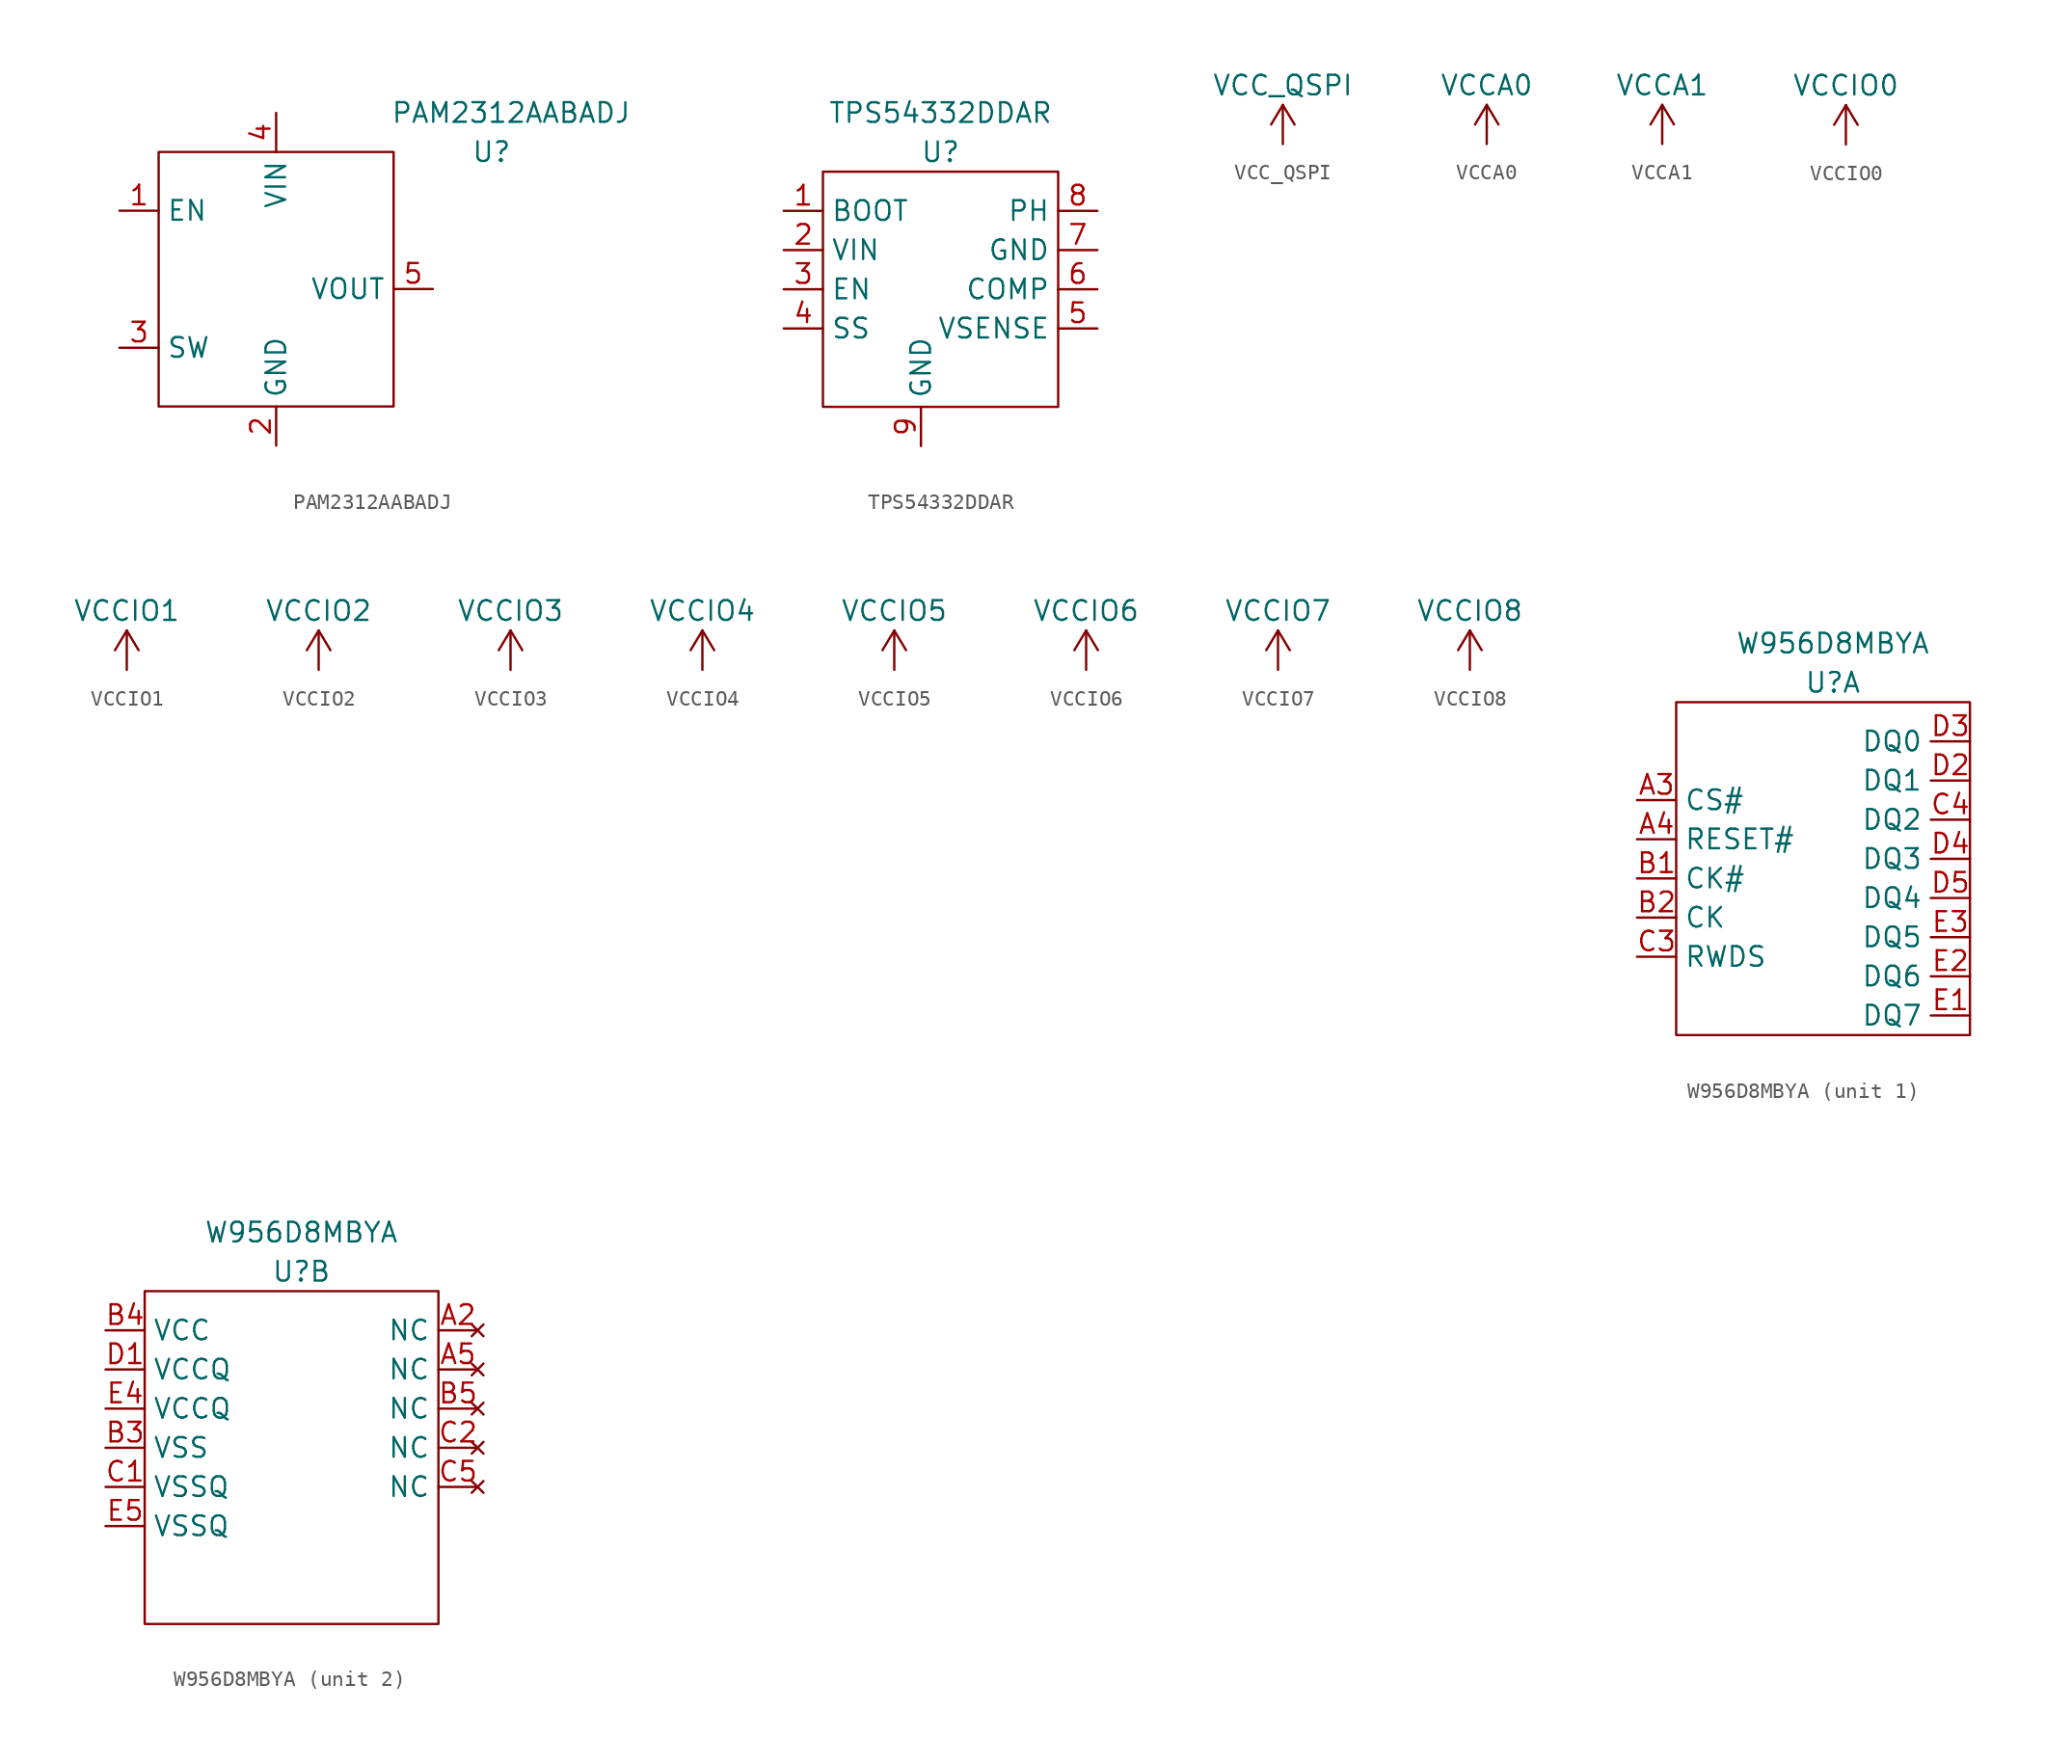
<source format=kicad_sym>
(kicad_symbol_lib
  (version 20220914)
  (generator kicad_symbol_editor)
  (symbol "PAM2312AABADJ"
    (property "Reference" "U"
      (at 13.97 -1.27 0)
      (effects (font (size 1.27 1.27))))
    (property "Value" "PAM2312AABADJ"
      (at 15.24 1.27 0)
      (effects (font (size 1.27 1.27))))
    (symbol "PAM2312AABADJ_0_1"
      (rectangle (start -7.62 -1.27) (end 7.62 -17.78) (stroke (width 0) (type default)) (fill (type none))))
    (symbol "PAM2312AABADJ_1_1"
      (pin input line (at -10.16 -5.08 0) (length 2.54) (name "EN" (effects (font (size 1.27 1.27)))) (number "1" (effects (font (size 1.27 1.27)))))
      (pin power_in line (at 0 -20.32 90) (length 2.54) (name "GND" (effects (font (size 1.27 1.27)))) (number "2" (effects (font (size 1.27 1.27)))))
      (pin input line (at -10.16 -13.97 0) (length 2.54) (name "SW" (effects (font (size 1.27 1.27)))) (number "3" (effects (font (size 1.27 1.27)))))
      (pin power_in line (at 0 1.27 270) (length 2.54) (name "VIN" (effects (font (size 1.27 1.27)))) (number "4" (effects (font (size 1.27 1.27)))))
      (pin power_out line (at 10.16 -10.16 180) (length 2.54) (name "VOUT" (effects (font (size 1.27 1.27)))) (number "5" (effects (font (size 1.27 1.27)))))))
  (symbol "TPS54332DDAR"
    (property "Reference" "U"
      (at 0 0 0)
      (effects (font (size 1.27 1.27))))
    (property "Value" "TPS54332DDAR"
      (at 0 2.54 0)
      (effects (font (size 1.27 1.27))))
    (symbol "TPS54332DDAR_0_1"
      (rectangle (start -7.62 -1.27) (end 7.62 -16.51) (stroke (width 0) (type default)) (fill (type none))))
    (symbol "TPS54332DDAR_1_1"
      (pin output line (at -10.16 -3.81 0) (length 2.54) (name "BOOT" (effects (font (size 1.27 1.27)))) (number "1" (effects (font (size 1.27 1.27)))))
      (pin power_in line (at -10.16 -6.35 0) (length 2.54) (name "VIN" (effects (font (size 1.27 1.27)))) (number "2" (effects (font (size 1.27 1.27)))))
      (pin input line (at -10.16 -8.89 0) (length 2.54) (name "EN" (effects (font (size 1.27 1.27)))) (number "3" (effects (font (size 1.27 1.27)))))
      (pin input line (at -10.16 -11.43 0) (length 2.54) (name "SS" (effects (font (size 1.27 1.27)))) (number "4" (effects (font (size 1.27 1.27)))))
      (pin input line (at 10.16 -11.43 180) (length 2.54) (name "VSENSE" (effects (font (size 1.27 1.27)))) (number "5" (effects (font (size 1.27 1.27)))))
      (pin output line (at 10.16 -8.89 180) (length 2.54) (name "COMP" (effects (font (size 1.27 1.27)))) (number "6" (effects (font (size 1.27 1.27)))))
      (pin power_in line (at 10.16 -6.35 180) (length 2.54) (name "GND" (effects (font (size 1.27 1.27)))) (number "7" (effects (font (size 1.27 1.27)))))
      (pin power_out line (at 10.16 -3.81 180) (length 2.54) (name "PH" (effects (font (size 1.27 1.27)))) (number "8" (effects (font (size 1.27 1.27)))))
      (pin power_in line (at -1.27 -19.05 90) (length 2.54) (name "GND" (effects (font (size 1.27 1.27)))) (number "9" (effects (font (size 1.27 1.27)))))))
  (symbol "VCC_QSPI"
    (power)
    (pin_names
      (offset 0))
    (property "Reference" "#PWR"
      (at 0 -3.81 0)
      (effects (font (size 1.27 1.27)) hide))
    (property "Value" "VCC_QSPI"
      (at 0 3.81 0)
      (effects (font (size 1.27 1.27))))
    (symbol "VCC_QSPI_0_1"
      (polyline (pts (xy -0.762 1.27) (xy 0 2.54)) (stroke (width 0) (type default)) (fill (type none)))
      (polyline (pts (xy 0 0) (xy 0 2.54)) (stroke (width 0) (type default)) (fill (type none)))
      (polyline (pts (xy 0 2.54) (xy 0.762 1.27)) (stroke (width 0) (type default)) (fill (type none))))
    (symbol "VCC_QSPI_1_1"
      (pin power_in line (at 0 0 90) (length 0) hide (name "VCC" (effects (font (size 1.27 1.27)))) (number "1" (effects (font (size 1.27 1.27)))))))
  (symbol "VCCA0"
    (power)
    (pin_names
      (offset 0))
    (property "Reference" "#PWR"
      (at 0 -3.81 0)
      (effects (font (size 1.27 1.27)) hide))
    (property "Value" "VCCA0"
      (at 0 3.81 0)
      (effects (font (size 1.27 1.27))))
    (symbol "VCCA0_0_1"
      (polyline (pts (xy -0.762 1.27) (xy 0 2.54)) (stroke (width 0) (type default)) (fill (type none)))
      (polyline (pts (xy 0 0) (xy 0 2.54)) (stroke (width 0) (type default)) (fill (type none)))
      (polyline (pts (xy 0 2.54) (xy 0.762 1.27)) (stroke (width 0) (type default)) (fill (type none))))
    (symbol "VCCA0_1_1"
      (pin power_in line (at 0 0 90) (length 0) hide (name "VCC" (effects (font (size 1.27 1.27)))) (number "1" (effects (font (size 1.27 1.27)))))))
  (symbol "VCCA1"
    (power)
    (pin_names
      (offset 0))
    (property "Reference" "#PWR"
      (at 0 -3.81 0)
      (effects (font (size 1.27 1.27)) hide))
    (property "Value" "VCCA1"
      (at 0 3.81 0)
      (effects (font (size 1.27 1.27))))
    (symbol "VCCA1_0_1"
      (polyline (pts (xy -0.762 1.27) (xy 0 2.54)) (stroke (width 0) (type default)) (fill (type none)))
      (polyline (pts (xy 0 0) (xy 0 2.54)) (stroke (width 0) (type default)) (fill (type none)))
      (polyline (pts (xy 0 2.54) (xy 0.762 1.27)) (stroke (width 0) (type default)) (fill (type none))))
    (symbol "VCCA1_1_1"
      (pin power_in line (at 0 0 90) (length 0) hide (name "VCC" (effects (font (size 1.27 1.27)))) (number "1" (effects (font (size 1.27 1.27)))))))
  (symbol "VCCIO0"
    (power)
    (pin_names
      (offset 0))
    (property "Reference" "#PWR"
      (at 0 -3.81 0)
      (effects (font (size 1.27 1.27)) hide))
    (property "Value" "VCCIO0"
      (at 0 3.81 0)
      (effects (font (size 1.27 1.27))))
    (symbol "VCCIO0_0_1"
      (polyline (pts (xy -0.762 1.27) (xy 0 2.54)) (stroke (width 0) (type default)) (fill (type none)))
      (polyline (pts (xy 0 0) (xy 0 2.54)) (stroke (width 0) (type default)) (fill (type none)))
      (polyline (pts (xy 0 2.54) (xy 0.762 1.27)) (stroke (width 0) (type default)) (fill (type none))))
    (symbol "VCCIO0_1_1"
      (pin power_in line (at 0 0 90) (length 0) hide (name "VCC" (effects (font (size 1.27 1.27)))) (number "1" (effects (font (size 1.27 1.27)))))))
  (symbol "VCCIO1"
    (power)
    (pin_names
      (offset 0))
    (property "Reference" "#PWR"
      (at 0 -3.81 0)
      (effects (font (size 1.27 1.27)) hide))
    (property "Value" "VCCIO1"
      (at 0 3.81 0)
      (effects (font (size 1.27 1.27))))
    (symbol "VCCIO1_0_1"
      (polyline (pts (xy -0.762 1.27) (xy 0 2.54)) (stroke (width 0) (type default)) (fill (type none)))
      (polyline (pts (xy 0 0) (xy 0 2.54)) (stroke (width 0) (type default)) (fill (type none)))
      (polyline (pts (xy 0 2.54) (xy 0.762 1.27)) (stroke (width 0) (type default)) (fill (type none))))
    (symbol "VCCIO1_1_1"
      (pin power_in line (at 0 0 90) (length 0) hide (name "VCC" (effects (font (size 1.27 1.27)))) (number "1" (effects (font (size 1.27 1.27)))))))
  (symbol "VCCIO2"
    (power)
    (pin_names
      (offset 0))
    (property "Reference" "#PWR"
      (at 0 -3.81 0)
      (effects (font (size 1.27 1.27)) hide))
    (property "Value" "VCCIO2"
      (at 0 3.81 0)
      (effects (font (size 1.27 1.27))))
    (symbol "VCCIO2_0_1"
      (polyline (pts (xy -0.762 1.27) (xy 0 2.54)) (stroke (width 0) (type default)) (fill (type none)))
      (polyline (pts (xy 0 0) (xy 0 2.54)) (stroke (width 0) (type default)) (fill (type none)))
      (polyline (pts (xy 0 2.54) (xy 0.762 1.27)) (stroke (width 0) (type default)) (fill (type none))))
    (symbol "VCCIO2_1_1"
      (pin power_in line (at 0 0 90) (length 0) hide (name "VCC" (effects (font (size 1.27 1.27)))) (number "1" (effects (font (size 1.27 1.27)))))))
  (symbol "VCCIO3"
    (power)
    (pin_names
      (offset 0))
    (property "Reference" "#PWR"
      (at 0 -3.81 0)
      (effects (font (size 1.27 1.27)) hide))
    (property "Value" "VCCIO3"
      (at 0 3.81 0)
      (effects (font (size 1.27 1.27))))
    (symbol "VCCIO3_0_1"
      (polyline (pts (xy -0.762 1.27) (xy 0 2.54)) (stroke (width 0) (type default)) (fill (type none)))
      (polyline (pts (xy 0 0) (xy 0 2.54)) (stroke (width 0) (type default)) (fill (type none)))
      (polyline (pts (xy 0 2.54) (xy 0.762 1.27)) (stroke (width 0) (type default)) (fill (type none))))
    (symbol "VCCIO3_1_1"
      (pin power_in line (at 0 0 90) (length 0) hide (name "VCC" (effects (font (size 1.27 1.27)))) (number "1" (effects (font (size 1.27 1.27)))))))
  (symbol "VCCIO4"
    (power)
    (pin_names
      (offset 0))
    (property "Reference" "#PWR"
      (at 0 -3.81 0)
      (effects (font (size 1.27 1.27)) hide))
    (property "Value" "VCCIO4"
      (at 0 3.81 0)
      (effects (font (size 1.27 1.27))))
    (symbol "VCCIO4_0_1"
      (polyline (pts (xy -0.762 1.27) (xy 0 2.54)) (stroke (width 0) (type default)) (fill (type none)))
      (polyline (pts (xy 0 0) (xy 0 2.54)) (stroke (width 0) (type default)) (fill (type none)))
      (polyline (pts (xy 0 2.54) (xy 0.762 1.27)) (stroke (width 0) (type default)) (fill (type none))))
    (symbol "VCCIO4_1_1"
      (pin power_in line (at 0 0 90) (length 0) hide (name "VCC" (effects (font (size 1.27 1.27)))) (number "1" (effects (font (size 1.27 1.27)))))))
  (symbol "VCCIO5"
    (power)
    (pin_names
      (offset 0))
    (property "Reference" "#PWR"
      (at 0 -3.81 0)
      (effects (font (size 1.27 1.27)) hide))
    (property "Value" "VCCIO5"
      (at 0 3.81 0)
      (effects (font (size 1.27 1.27))))
    (symbol "VCCIO5_0_1"
      (polyline (pts (xy -0.762 1.27) (xy 0 2.54)) (stroke (width 0) (type default)) (fill (type none)))
      (polyline (pts (xy 0 0) (xy 0 2.54)) (stroke (width 0) (type default)) (fill (type none)))
      (polyline (pts (xy 0 2.54) (xy 0.762 1.27)) (stroke (width 0) (type default)) (fill (type none))))
    (symbol "VCCIO5_1_1"
      (pin power_in line (at 0 0 90) (length 0) hide (name "VCC" (effects (font (size 1.27 1.27)))) (number "1" (effects (font (size 1.27 1.27)))))))
  (symbol "VCCIO6"
    (power)
    (pin_names
      (offset 0))
    (property "Reference" "#PWR"
      (at 0 -3.81 0)
      (effects (font (size 1.27 1.27)) hide))
    (property "Value" "VCCIO6"
      (at 0 3.81 0)
      (effects (font (size 1.27 1.27))))
    (symbol "VCCIO6_0_1"
      (polyline (pts (xy -0.762 1.27) (xy 0 2.54)) (stroke (width 0) (type default)) (fill (type none)))
      (polyline (pts (xy 0 0) (xy 0 2.54)) (stroke (width 0) (type default)) (fill (type none)))
      (polyline (pts (xy 0 2.54) (xy 0.762 1.27)) (stroke (width 0) (type default)) (fill (type none))))
    (symbol "VCCIO6_1_1"
      (pin power_in line (at 0 0 90) (length 0) hide (name "VCC" (effects (font (size 1.27 1.27)))) (number "1" (effects (font (size 1.27 1.27)))))))
  (symbol "VCCIO7"
    (power)
    (pin_names
      (offset 0))
    (property "Reference" "#PWR"
      (at 0 -3.81 0)
      (effects (font (size 1.27 1.27)) hide))
    (property "Value" "VCCIO7"
      (at 0 3.81 0)
      (effects (font (size 1.27 1.27))))
    (symbol "VCCIO7_0_1"
      (polyline (pts (xy -0.762 1.27) (xy 0 2.54)) (stroke (width 0) (type default)) (fill (type none)))
      (polyline (pts (xy 0 0) (xy 0 2.54)) (stroke (width 0) (type default)) (fill (type none)))
      (polyline (pts (xy 0 2.54) (xy 0.762 1.27)) (stroke (width 0) (type default)) (fill (type none))))
    (symbol "VCCIO7_1_1"
      (pin power_in line (at 0 0 90) (length 0) hide (name "VCC" (effects (font (size 1.27 1.27)))) (number "1" (effects (font (size 1.27 1.27)))))))
  (symbol "VCCIO8"
    (power)
    (pin_names
      (offset 0))
    (property "Reference" "#PWR"
      (at 0 -3.81 0)
      (effects (font (size 1.27 1.27)) hide))
    (property "Value" "VCCIO8"
      (at 0 3.81 0)
      (effects (font (size 1.27 1.27))))
    (symbol "VCCIO8_0_1"
      (polyline (pts (xy -0.762 1.27) (xy 0 2.54)) (stroke (width 0) (type default)) (fill (type none)))
      (polyline (pts (xy 0 0) (xy 0 2.54)) (stroke (width 0) (type default)) (fill (type none)))
      (polyline (pts (xy 0 2.54) (xy 0.762 1.27)) (stroke (width 0) (type default)) (fill (type none))))
    (symbol "VCCIO8_1_1"
      (pin power_in line (at 0 0 90) (length 0) hide (name "VCC" (effects (font (size 1.27 1.27)))) (number "1" (effects (font (size 1.27 1.27)))))))
  (symbol "W956D8MBYA"
    (property "Reference" "U"
      (at 0 1.27 0)
      (effects (font (size 1.27 1.27))))
    (property "Value" "W956D8MBYA"
      (at 0 3.81 0)
      (effects (font (size 1.27 1.27))))
    (symbol "W956D8MBYA_0_1"
      (rectangle (start -10.16 0) (end 8.89 -21.59) (stroke (width 0) (type default)) (fill (type none))))
    (symbol "W956D8MBYA_1_1"
      (pin input line (at -12.7 -6.35 0) (length 2.54) (name "CS#" (effects (font (size 1.27 1.27)))) (number "A3" (effects (font (size 1.27 1.27)))))
      (pin input line (at -12.7 -8.89 0) (length 2.54) (name "RESET#" (effects (font (size 1.27 1.27)))) (number "A4" (effects (font (size 1.27 1.27)))))
      (pin input line (at -12.7 -11.43 0) (length 2.54) (name "CK#" (effects (font (size 1.27 1.27)))) (number "B1" (effects (font (size 1.27 1.27)))))
      (pin input line (at -12.7 -13.97 0) (length 2.54) (name "CK" (effects (font (size 1.27 1.27)))) (number "B2" (effects (font (size 1.27 1.27)))))
      (pin input line (at -12.7 -16.51 0) (length 2.54) (name "RWDS" (effects (font (size 1.27 1.27)))) (number "C3" (effects (font (size 1.27 1.27)))))
      (pin input line (at 8.89 -7.62 180) (length 2.54) (name "DQ2" (effects (font (size 1.27 1.27)))) (number "C4" (effects (font (size 1.27 1.27)))))
      (pin input line (at 8.89 -5.08 180) (length 2.54) (name "DQ1" (effects (font (size 1.27 1.27)))) (number "D2" (effects (font (size 1.27 1.27)))))
      (pin input line (at 8.89 -2.54 180) (length 2.54) (name "DQ0" (effects (font (size 1.27 1.27)))) (number "D3" (effects (font (size 1.27 1.27)))))
      (pin input line (at 8.89 -10.16 180) (length 2.54) (name "DQ3" (effects (font (size 1.27 1.27)))) (number "D4" (effects (font (size 1.27 1.27)))))
      (pin input line (at 8.89 -12.7 180) (length 2.54) (name "DQ4" (effects (font (size 1.27 1.27)))) (number "D5" (effects (font (size 1.27 1.27)))))
      (pin input line (at 8.89 -20.32 180) (length 2.54) (name "DQ7" (effects (font (size 1.27 1.27)))) (number "E1" (effects (font (size 1.27 1.27)))))
      (pin input line (at 8.89 -17.78 180) (length 2.54) (name "DQ6" (effects (font (size 1.27 1.27)))) (number "E2" (effects (font (size 1.27 1.27)))))
      (pin input line (at 8.89 -15.24 180) (length 2.54) (name "DQ5" (effects (font (size 1.27 1.27)))) (number "E3" (effects (font (size 1.27 1.27))))))
    (symbol "W956D8MBYA_2_1"
      (pin no_connect line (at 11.43 -2.54 180) (length 2.54) (name "NC" (effects (font (size 1.27 1.27)))) (number "A2" (effects (font (size 1.27 1.27)))))
      (pin no_connect line (at 11.43 -5.08 180) (length 2.54) (name "NC" (effects (font (size 1.27 1.27)))) (number "A5" (effects (font (size 1.27 1.27)))))
      (pin power_in line (at -12.7 -10.16 0) (length 2.54) (name "VSS" (effects (font (size 1.27 1.27)))) (number "B3" (effects (font (size 1.27 1.27)))))
      (pin power_in line (at -12.7 -2.54 0) (length 2.54) (name "VCC" (effects (font (size 1.27 1.27)))) (number "B4" (effects (font (size 1.27 1.27)))))
      (pin no_connect line (at 11.43 -7.62 180) (length 2.54) (name "NC" (effects (font (size 1.27 1.27)))) (number "B5" (effects (font (size 1.27 1.27)))))
      (pin power_in line (at -12.7 -12.7 0) (length 2.54) (name "VSSQ" (effects (font (size 1.27 1.27)))) (number "C1" (effects (font (size 1.27 1.27)))))
      (pin no_connect line (at 11.43 -10.16 180) (length 2.54) (name "NC" (effects (font (size 1.27 1.27)))) (number "C2" (effects (font (size 1.27 1.27)))))
      (pin no_connect line (at 11.43 -12.7 180) (length 2.54) (name "NC" (effects (font (size 1.27 1.27)))) (number "C5" (effects (font (size 1.27 1.27)))))
      (pin power_in line (at -12.7 -5.08 0) (length 2.54) (name "VCCQ" (effects (font (size 1.27 1.27)))) (number "D1" (effects (font (size 1.27 1.27)))))
      (pin power_in line (at -12.7 -7.62 0) (length 2.54) (name "VCCQ" (effects (font (size 1.27 1.27)))) (number "E4" (effects (font (size 1.27 1.27)))))
      (pin power_in line (at -12.7 -15.24 0) (length 2.54) (name "VSSQ" (effects (font (size 1.27 1.27)))) (number "E5" (effects (font (size 1.27 1.27))))))))
</source>
